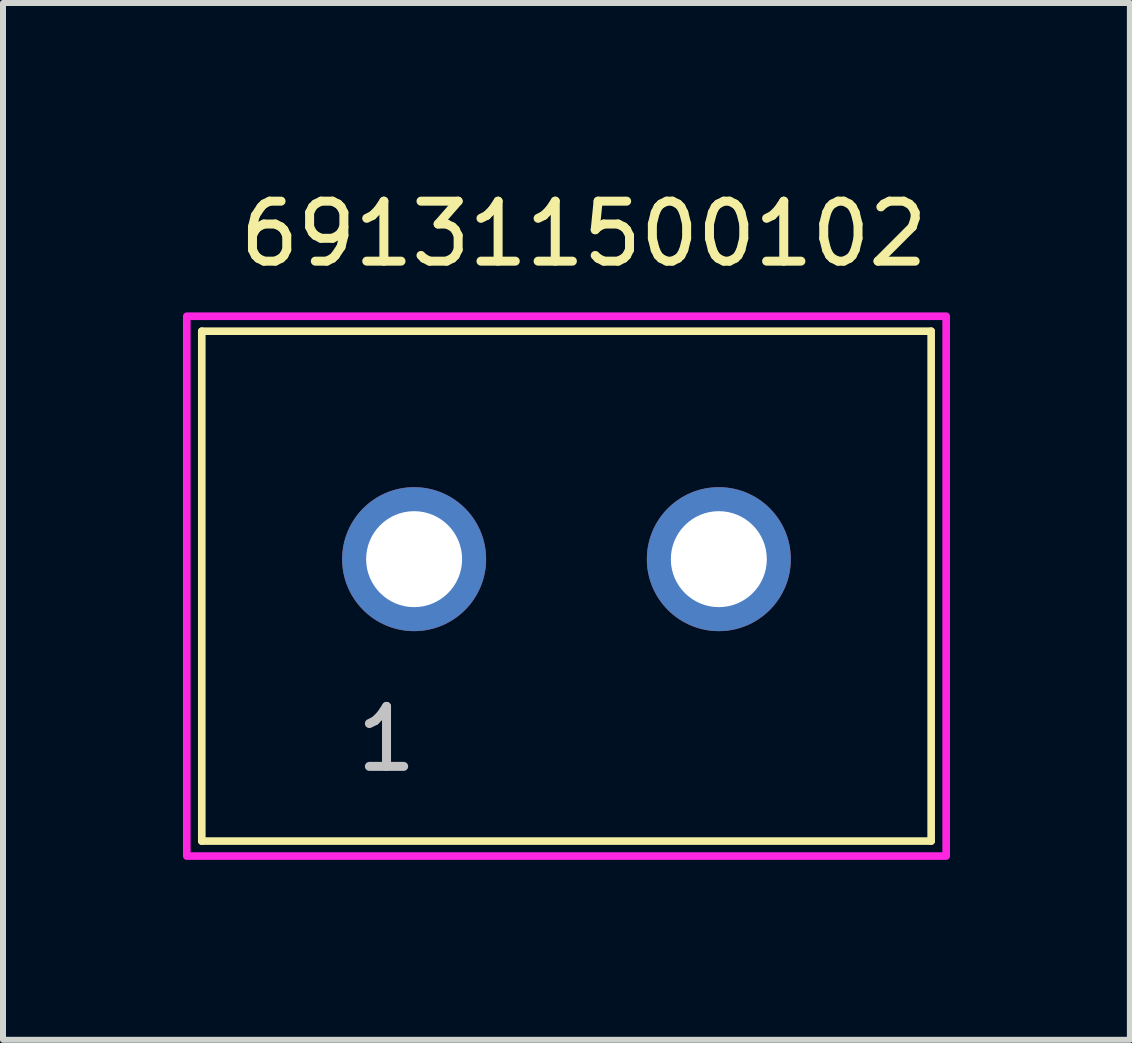
<source format=kicad_pcb>
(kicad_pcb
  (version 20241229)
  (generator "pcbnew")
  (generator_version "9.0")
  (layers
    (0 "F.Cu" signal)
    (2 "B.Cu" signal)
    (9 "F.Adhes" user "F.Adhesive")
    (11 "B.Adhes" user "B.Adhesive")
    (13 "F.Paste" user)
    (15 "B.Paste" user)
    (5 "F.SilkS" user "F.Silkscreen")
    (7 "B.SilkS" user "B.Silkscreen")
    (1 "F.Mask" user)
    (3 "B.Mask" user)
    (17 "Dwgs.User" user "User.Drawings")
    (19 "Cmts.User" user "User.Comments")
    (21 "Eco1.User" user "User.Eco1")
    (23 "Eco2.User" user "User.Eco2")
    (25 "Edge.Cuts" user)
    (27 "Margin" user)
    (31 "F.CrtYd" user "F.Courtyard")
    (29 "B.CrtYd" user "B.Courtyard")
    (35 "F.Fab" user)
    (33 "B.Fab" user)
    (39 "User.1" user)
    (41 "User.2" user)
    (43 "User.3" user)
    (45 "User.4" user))
  (footprint "691311500102"
    (layer "F.Cu")
    (at 6.394 6.272)
    (property "Reference" "691311500102" (at 0.289 -5.423 0) (layer "F.SilkS") (effects (font (size 1 1) (thickness 0.15))))
    (attr through_hole)
    (fp_line (start -6.08 -3.8) (end -6.08 4.7) (stroke (width 0.127) (type solid)) (layer "F.SilkS"))
    (fp_line (start -6.08 4.7) (end 6.08 4.7) (stroke (width 0.127) (type solid)) (layer "F.SilkS"))
    (fp_line (start 6.08 -3.8) (end -6.08 -3.8) (stroke (width 0.127) (type solid)) (layer "F.SilkS"))
    (fp_line (start 6.08 4.7) (end 6.08 -3.8) (stroke (width 0.127) (type solid)) (layer "F.SilkS"))
    (fp_poly (pts (xy -6.33 -4.05) (xy 6.33 -4.05) (xy 6.33 4.95) (xy -6.33 4.95)) (stroke (width 0.127) (type solid)) (fill no) (layer "F.CrtYd"))
    (fp_text user "1" (at -3 3 0) (layer "Dwgs.User") (effects (font (size 1 1) (thickness 0.15))))
    (pad "1" thru_hole circle (at -2.54 0) (size 2.4 2.4) (drill 1.6) (layers "*.Cu" "*.Mask"))
    (pad "2" thru_hole circle (at 2.54 0) (size 2.4 2.4) (drill 1.6) (layers "*.Cu" "*.Mask")))
  (gr_rect
    (start -3 -3)
    (end 15.787 14.285)
    (stroke (width 0.1) (type default))
    (fill no)
    (layer "Edge.Cuts")))
</source>
